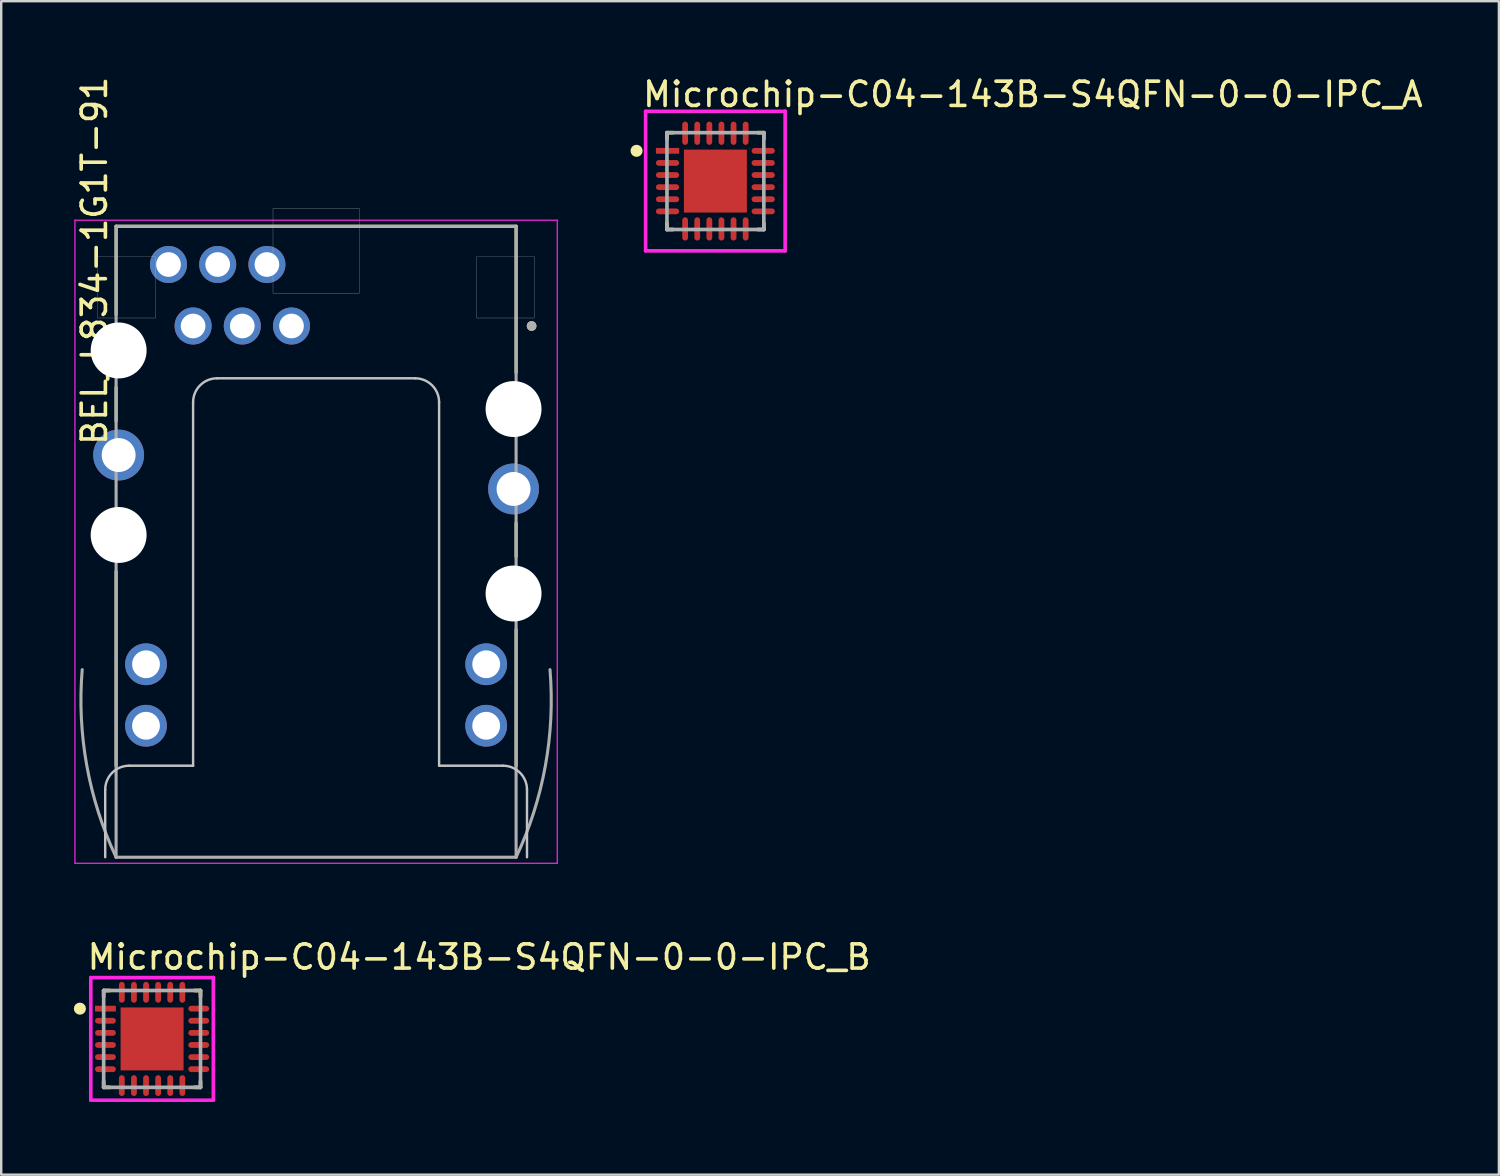
<source format=kicad_pcb>
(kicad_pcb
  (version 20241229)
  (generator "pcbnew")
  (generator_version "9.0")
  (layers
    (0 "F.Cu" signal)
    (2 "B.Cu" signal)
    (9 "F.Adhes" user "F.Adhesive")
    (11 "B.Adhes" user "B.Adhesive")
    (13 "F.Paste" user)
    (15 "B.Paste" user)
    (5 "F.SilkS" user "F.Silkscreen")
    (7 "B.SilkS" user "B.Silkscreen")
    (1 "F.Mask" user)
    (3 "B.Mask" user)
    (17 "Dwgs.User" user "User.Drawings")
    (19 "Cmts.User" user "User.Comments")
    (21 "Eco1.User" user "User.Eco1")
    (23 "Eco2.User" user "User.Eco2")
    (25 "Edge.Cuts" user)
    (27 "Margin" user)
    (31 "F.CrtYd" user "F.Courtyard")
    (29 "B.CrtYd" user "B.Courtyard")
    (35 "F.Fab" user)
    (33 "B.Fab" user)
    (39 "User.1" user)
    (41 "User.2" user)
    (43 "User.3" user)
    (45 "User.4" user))
  (footprint "BEL_L834-1G1T-91"
    (layer "F.Cu")
    (at 10.005 17.144)
    (property "Reference" "BEL_L834-1G1T-91" (at -9.157 -9.423 90) (layer "F.SilkS") (effects (font (size 1 1) (thickness 0.15))))
    (attr through_hole)
    (fp_line (start -8.26 -10.85) (end -8.26 -7.2) (stroke (width 0.127) (type solid)) (layer "F.SilkS"))
    (fp_line (start -8.26 -4.2) (end -8.26 -2.8) (stroke (width 0.127) (type solid)) (layer "F.SilkS"))
    (fp_line (start -8.26 3.4) (end -8.26 11.43) (stroke (width 0.127) (type solid)) (layer "F.SilkS"))
    (fp_line (start 8.26 -10.85) (end -8.26 -10.85) (stroke (width 0.127) (type solid)) (layer "F.SilkS"))
    (fp_line (start 8.26 -10.85) (end 8.26 -4.8) (stroke (width 0.127) (type solid)) (layer "F.SilkS"))
    (fp_line (start 8.26 1.4) (end 8.26 2.8) (stroke (width 0.127) (type solid)) (layer "F.SilkS"))
    (fp_line (start 8.26 5.8) (end 8.26 11.43) (stroke (width 0.127) (type solid)) (layer "F.SilkS"))
    (fp_circle (center 8.9 -6.73) (end 9 -6.73) (stroke (width 0.2) (type solid)) (fill no) (layer "F.SilkS"))
    (fp_line (start -8.71 15.21) (end -8.71 12.42) (stroke (width 0.1) (type solid)) (layer "Dwgs.User"))
    (fp_line (start -7.72 11.43) (end -5.08 11.43) (stroke (width 0.1) (type solid)) (layer "Dwgs.User"))
    (fp_line (start -5.08 11.43) (end -5.08 -3.58) (stroke (width 0.1) (type solid)) (layer "Dwgs.User"))
    (fp_line (start -4.09 -4.57) (end 4.09 -4.57) (stroke (width 0.1) (type solid)) (layer "Dwgs.User"))
    (fp_line (start 5.08 -3.58) (end 5.08 11.43) (stroke (width 0.1) (type solid)) (layer "Dwgs.User"))
    (fp_line (start 5.08 11.43) (end 7.72 11.43) (stroke (width 0.1) (type solid)) (layer "Dwgs.User"))
    (fp_line (start 8.71 12.42) (end 8.71 15.21) (stroke (width 0.1) (type solid)) (layer "Dwgs.User"))
    (fp_arc (start -8.71 12.42) (mid -8.420036 11.719964) (end -7.72 11.43) (stroke (width 0.1) (type solid)) (layer "Dwgs.User"))
    (fp_arc (start -5.08 -3.58) (mid -4.790036 -4.280036) (end -4.09 -4.57) (stroke (width 0.1) (type solid)) (layer "Dwgs.User"))
    (fp_arc (start 4.09 -4.57) (mid 4.790036 -4.280036) (end 5.08 -3.58) (stroke (width 0.1) (type solid)) (layer "Dwgs.User"))
    (fp_arc (start 7.72 11.43) (mid 8.420036 11.719964) (end 8.71 12.42) (stroke (width 0.1) (type solid)) (layer "Dwgs.User"))
    (fp_poly (pts (xy -9.015 -9.6) (xy -6.63 -9.6) (xy -6.63 -7.06) (xy -9.015 -7.06)) (stroke (width 0.01) (type solid)) (fill no) (layer "Dwgs.User"))
    (fp_poly (pts (xy -1.78 -11.59) (xy 1.78 -11.59) (xy 1.78 -8.08) (xy -1.78 -8.08)) (stroke (width 0.01) (type solid)) (fill no) (layer "Dwgs.User"))
    (fp_poly (pts (xy 6.63 -9.6) (xy 9.015 -9.6) (xy 9.015 -7.06) (xy 6.63 -7.06)) (stroke (width 0.01) (type solid)) (fill no) (layer "Dwgs.User"))
    (fp_line (start -9.96 -11.1) (end 9.96 -11.1) (stroke (width 0.05) (type solid)) (layer "F.CrtYd"))
    (fp_line (start -9.96 15.46) (end -9.96 -11.1) (stroke (width 0.05) (type solid)) (layer "F.CrtYd"))
    (fp_line (start 9.96 -11.1) (end 9.96 15.46) (stroke (width 0.05) (type solid)) (layer "F.CrtYd"))
    (fp_line (start 9.96 15.46) (end -9.96 15.46) (stroke (width 0.05) (type solid)) (layer "F.CrtYd"))
    (fp_line (start -8.26 -10.85) (end -8.26 15.21) (stroke (width 0.127) (type solid)) (layer "F.Fab"))
    (fp_line (start -8.26 15.21) (end 8.26 15.21) (stroke (width 0.127) (type solid)) (layer "F.Fab"))
    (fp_line (start 8.26 -10.85) (end -8.26 -10.85) (stroke (width 0.127) (type solid)) (layer "F.Fab"))
    (fp_line (start 8.26 15.21) (end 8.26 -10.85) (stroke (width 0.127) (type solid)) (layer "F.Fab"))
    (fp_arc (start -8.26 15.21) (mid -9.469956 11.428657) (end -9.66 7.463) (stroke (width 0.127) (type solid)) (layer "F.Fab"))
    (fp_arc (start 9.66 7.463) (mid 9.469956 11.428657) (end 8.26 15.21) (stroke (width 0.127) (type solid)) (layer "F.Fab"))
    (fp_circle (center 8.9 -6.73) (end 9 -6.73) (stroke (width 0.2) (type solid)) (fill no) (layer "F.Fab"))
    (pad "" np_thru_hole circle (at -8.155 -5.72) (size 2.31 2.31) (drill 2.31) (layers "*.Cu" "*.Mask"))
    (pad "" np_thru_hole circle (at -8.155 1.9) (size 2.31 2.31) (drill 2.31) (layers "*.Cu" "*.Mask"))
    (pad "" np_thru_hole circle (at 8.155 -3.3) (size 2.31 2.31) (drill 2.31) (layers "*.Cu" "*.Mask"))
    (pad "" np_thru_hole circle (at 8.155 4.318) (size 2.31 2.31) (drill 2.31) (layers "*.Cu" "*.Mask"))
    (pad "4" thru_hole circle (at -1.016 -6.73) (size 1.53 1.53) (drill 1.02) (layers "*.Cu" "*.Mask"))
    (pad "5" thru_hole circle (at -3.048 -6.73) (size 1.53 1.53) (drill 1.02) (layers "*.Cu" "*.Mask"))
    (pad "6" thru_hole circle (at -5.08 -6.73) (size 1.53 1.53) (drill 1.02) (layers "*.Cu" "*.Mask"))
    (pad "10" thru_hole circle (at -2.032 -9.27) (size 1.53 1.53) (drill 1.02) (layers "*.Cu" "*.Mask"))
    (pad "11" thru_hole circle (at -4.064 -9.27) (size 1.53 1.53) (drill 1.02) (layers "*.Cu" "*.Mask"))
    (pad "12" thru_hole circle (at -6.096 -9.27) (size 1.53 1.53) (drill 1.02) (layers "*.Cu" "*.Mask"))
    (pad "13" thru_hole circle (at 7.025 7.24) (size 1.725 1.725) (drill 1.15) (layers "*.Cu" "*.Mask"))
    (pad "14" thru_hole circle (at 7.025 9.78) (size 1.725 1.725) (drill 1.15) (layers "*.Cu" "*.Mask"))
    (pad "15" thru_hole circle (at -7.025 7.24) (size 1.725 1.725) (drill 1.15) (layers "*.Cu" "*.Mask"))
    (pad "16" thru_hole circle (at -7.025 9.78) (size 1.725 1.725) (drill 1.15) (layers "*.Cu" "*.Mask"))
    (pad "S1" thru_hole circle (at -8.155 -1.4) (size 2.1 2.1) (drill 1.4) (layers "*.Cu" "*.Mask"))
    (pad "S2" thru_hole circle (at 8.155 0) (size 2.1 2.1) (drill 1.4) (layers "*.Cu" "*.Mask")))
  (footprint "Microchip-C04-143B-S4QFN-0-0-IPC_B"
    (layer "F.Cu")
    (at 3.231 39.858)
    (property "Reference" "Microchip-C04-143B-S4QFN-0-0-IPC_B" (at -2.756 -3.381 0) (layer "F.SilkS") (effects (font (size 1 1) (thickness 0.15)) (justify left)))
    (attr through_hole)
    (fp_line (start -2 -2) (end -2 -1.75) (stroke (width 0.15) (type solid)) (layer "F.SilkS"))
    (fp_line (start -2 2) (end -2 1.75) (stroke (width 0.15) (type solid)) (layer "F.SilkS"))
    (fp_line (start -1.75 -2) (end -2 -2) (stroke (width 0.15) (type solid)) (layer "F.SilkS"))
    (fp_line (start -1.75 2) (end -2 2) (stroke (width 0.15) (type solid)) (layer "F.SilkS"))
    (fp_line (start 1.75 -2) (end 2 -2) (stroke (width 0.15) (type solid)) (layer "F.SilkS"))
    (fp_line (start 1.75 2) (end 2 2) (stroke (width 0.15) (type solid)) (layer "F.SilkS"))
    (fp_line (start 2 -2) (end 2 -1.75) (stroke (width 0.15) (type solid)) (layer "F.SilkS"))
    (fp_line (start 2 2) (end 2 1.75) (stroke (width 0.15) (type solid)) (layer "F.SilkS"))
    (fp_circle (center -2.981 -1.25) (end -2.856 -1.25) (stroke (width 0.25) (type solid)) (fill no) (layer "F.SilkS"))
    (fp_poly (pts (xy -0.822 -0.822) (xy 0.822 -0.822) (xy 0.822 0.822) (xy -0.822 0.822)) (stroke (width 0) (type solid)) (fill yes) (layer "F.Paste"))
    (fp_line (start -2.531 -2.531) (end -2.531 2.531) (stroke (width 0.15) (type solid)) (layer "F.CrtYd"))
    (fp_line (start -2.531 2.531) (end 2.531 2.531) (stroke (width 0.15) (type solid)) (layer "F.CrtYd"))
    (fp_line (start 2.531 -2.531) (end -2.531 -2.531) (stroke (width 0.15) (type solid)) (layer "F.CrtYd"))
    (fp_line (start 2.531 -2.531) (end 2.531 -2.531) (stroke (width 0.15) (type solid)) (layer "F.CrtYd"))
    (fp_line (start 2.531 2.531) (end 2.531 -2.531) (stroke (width 0.15) (type solid)) (layer "F.CrtYd"))
    (fp_line (start -2 -2) (end 2 -2) (stroke (width 0.15) (type solid)) (layer "F.Fab"))
    (fp_line (start -2 2) (end -2 -2) (stroke (width 0.15) (type solid)) (layer "F.Fab"))
    (fp_line (start 2 -2) (end 2 2) (stroke (width 0.15) (type solid)) (layer "F.Fab"))
    (fp_line (start 2 2) (end -2 2) (stroke (width 0.15) (type solid)) (layer "F.Fab"))
    (pad "1" smd rect (at -1.926 -1.25) (size 0.861 0.239) (layers "F.Cu" "F.Mask" "F.Paste"))
    (pad "2" smd roundrect (at -1.926 -0.75) (size 0.861 0.239) (layers "F.Cu" "F.Mask" "F.Paste") (roundrect_rratio 0.5))
    (pad "3" smd roundrect (at -1.926 -0.25) (size 0.861 0.239) (layers "F.Cu" "F.Mask" "F.Paste") (roundrect_rratio 0.5))
    (pad "4" smd roundrect (at -1.926 0.25) (size 0.861 0.239) (layers "F.Cu" "F.Mask" "F.Paste") (roundrect_rratio 0.5))
    (pad "5" smd roundrect (at -1.926 0.75) (size 0.861 0.239) (layers "F.Cu" "F.Mask" "F.Paste") (roundrect_rratio 0.5))
    (pad "6" smd roundrect (at -1.926 1.25) (size 0.861 0.239) (layers "F.Cu" "F.Mask" "F.Paste") (roundrect_rratio 0.5))
    (pad "7" smd roundrect (at -1.25 1.926) (size 0.239 0.861) (layers "F.Cu" "F.Mask" "F.Paste") (roundrect_rratio 0.5))
    (pad "8" smd roundrect (at -0.75 1.926) (size 0.239 0.861) (layers "F.Cu" "F.Mask" "F.Paste") (roundrect_rratio 0.5))
    (pad "9" smd roundrect (at -0.25 1.926) (size 0.239 0.861) (layers "F.Cu" "F.Mask" "F.Paste") (roundrect_rratio 0.5))
    (pad "10" smd roundrect (at 0.25 1.926) (size 0.239 0.861) (layers "F.Cu" "F.Mask" "F.Paste") (roundrect_rratio 0.5))
    (pad "11" smd roundrect (at 0.75 1.926) (size 0.239 0.861) (layers "F.Cu" "F.Mask" "F.Paste") (roundrect_rratio 0.5))
    (pad "12" smd roundrect (at 1.25 1.926) (size 0.239 0.861) (layers "F.Cu" "F.Mask" "F.Paste") (roundrect_rratio 0.5))
    (pad "13" smd roundrect (at 1.926 1.25) (size 0.861 0.239) (layers "F.Cu" "F.Mask" "F.Paste") (roundrect_rratio 0.5))
    (pad "14" smd roundrect (at 1.926 0.75) (size 0.861 0.239) (layers "F.Cu" "F.Mask" "F.Paste") (roundrect_rratio 0.5))
    (pad "15" smd roundrect (at 1.926 0.25) (size 0.861 0.239) (layers "F.Cu" "F.Mask" "F.Paste") (roundrect_rratio 0.5))
    (pad "16" smd roundrect (at 1.926 -0.25) (size 0.861 0.239) (layers "F.Cu" "F.Mask" "F.Paste") (roundrect_rratio 0.5))
    (pad "17" smd roundrect (at 1.926 -0.75) (size 0.861 0.239) (layers "F.Cu" "F.Mask" "F.Paste") (roundrect_rratio 0.5))
    (pad "18" smd roundrect (at 1.926 -1.25) (size 0.861 0.239) (layers "F.Cu" "F.Mask" "F.Paste") (roundrect_rratio 0.5))
    (pad "19" smd roundrect (at 1.25 -1.926) (size 0.239 0.861) (layers "F.Cu" "F.Mask" "F.Paste") (roundrect_rratio 0.5))
    (pad "20" smd roundrect (at 0.75 -1.926) (size 0.239 0.861) (layers "F.Cu" "F.Mask" "F.Paste") (roundrect_rratio 0.5))
    (pad "21" smd roundrect (at 0.25 -1.926) (size 0.239 0.861) (layers "F.Cu" "F.Mask" "F.Paste") (roundrect_rratio 0.5))
    (pad "22" smd roundrect (at -0.25 -1.926) (size 0.239 0.861) (layers "F.Cu" "F.Mask" "F.Paste") (roundrect_rratio 0.5))
    (pad "23" smd roundrect (at -0.75 -1.926) (size 0.239 0.861) (layers "F.Cu" "F.Mask" "F.Paste") (roundrect_rratio 0.5))
    (pad "24" smd roundrect (at -1.25 -1.926) (size 0.239 0.861) (layers "F.Cu" "F.Mask" "F.Paste") (roundrect_rratio 0.5))
    (pad "25" smd rect (at 0 0) (size 2.6 2.6) (layers "F.Cu" "F.Mask")))
  (footprint "Microchip-C04-143B-S4QFN-0-0-IPC_A"
    (layer "F.Cu")
    (at 26.496 4.429)
    (property "Reference" "Microchip-C04-143B-S4QFN-0-0-IPC_A" (at -3.081 -3.581 0) (layer "F.SilkS") (effects (font (size 1 1) (thickness 0.15)) (justify left)))
    (attr through_hole)
    (fp_line (start -2 -2) (end -2 -1.75) (stroke (width 0.15) (type solid)) (layer "F.SilkS"))
    (fp_line (start -2 2) (end -2 1.75) (stroke (width 0.15) (type solid)) (layer "F.SilkS"))
    (fp_line (start -1.75 -2) (end -2 -2) (stroke (width 0.15) (type solid)) (layer "F.SilkS"))
    (fp_line (start -1.75 2) (end -2 2) (stroke (width 0.15) (type solid)) (layer "F.SilkS"))
    (fp_line (start 1.75 -2) (end 2 -2) (stroke (width 0.15) (type solid)) (layer "F.SilkS"))
    (fp_line (start 1.75 2) (end 2 2) (stroke (width 0.15) (type solid)) (layer "F.SilkS"))
    (fp_line (start 2 -2) (end 2 -1.75) (stroke (width 0.15) (type solid)) (layer "F.SilkS"))
    (fp_line (start 2 2) (end 2 1.75) (stroke (width 0.15) (type solid)) (layer "F.SilkS"))
    (fp_circle (center -3.256 -1.25) (end -3.131 -1.25) (stroke (width 0.25) (type solid)) (fill no) (layer "F.SilkS"))
    (fp_poly (pts (xy -0.822 -0.822) (xy 0.822 -0.822) (xy 0.822 0.822) (xy -0.822 0.822)) (stroke (width 0) (type solid)) (fill yes) (layer "F.Paste"))
    (fp_line (start -2.881 -2.881) (end -2.881 2.881) (stroke (width 0.15) (type solid)) (layer "F.CrtYd"))
    (fp_line (start -2.881 2.881) (end 2.881 2.881) (stroke (width 0.15) (type solid)) (layer "F.CrtYd"))
    (fp_line (start 2.881 -2.881) (end -2.881 -2.881) (stroke (width 0.15) (type solid)) (layer "F.CrtYd"))
    (fp_line (start 2.881 -2.881) (end 2.881 -2.881) (stroke (width 0.15) (type solid)) (layer "F.CrtYd"))
    (fp_line (start 2.881 2.881) (end 2.881 -2.881) (stroke (width 0.15) (type solid)) (layer "F.CrtYd"))
    (fp_line (start -2 -2) (end 2 -2) (stroke (width 0.15) (type solid)) (layer "F.Fab"))
    (fp_line (start -2 2) (end -2 -2) (stroke (width 0.15) (type solid)) (layer "F.Fab"))
    (fp_line (start 2 -2) (end 2 2) (stroke (width 0.15) (type solid)) (layer "F.Fab"))
    (fp_line (start 2 2) (end -2 2) (stroke (width 0.15) (type solid)) (layer "F.Fab"))
    (pad "1" smd rect (at -1.976 -1.25) (size 0.961 0.239) (layers "F.Cu" "F.Mask" "F.Paste"))
    (pad "2" smd roundrect (at -1.976 -0.75) (size 0.961 0.239) (layers "F.Cu" "F.Mask" "F.Paste") (roundrect_rratio 0.5))
    (pad "3" smd roundrect (at -1.976 -0.25) (size 0.961 0.239) (layers "F.Cu" "F.Mask" "F.Paste") (roundrect_rratio 0.5))
    (pad "4" smd roundrect (at -1.976 0.25) (size 0.961 0.239) (layers "F.Cu" "F.Mask" "F.Paste") (roundrect_rratio 0.5))
    (pad "5" smd roundrect (at -1.976 0.75) (size 0.961 0.239) (layers "F.Cu" "F.Mask" "F.Paste") (roundrect_rratio 0.5))
    (pad "6" smd roundrect (at -1.976 1.25) (size 0.961 0.239) (layers "F.Cu" "F.Mask" "F.Paste") (roundrect_rratio 0.5))
    (pad "7" smd roundrect (at -1.25 1.976) (size 0.239 0.961) (layers "F.Cu" "F.Mask" "F.Paste") (roundrect_rratio 0.5))
    (pad "8" smd roundrect (at -0.75 1.976) (size 0.239 0.961) (layers "F.Cu" "F.Mask" "F.Paste") (roundrect_rratio 0.5))
    (pad "9" smd roundrect (at -0.25 1.976) (size 0.239 0.961) (layers "F.Cu" "F.Mask" "F.Paste") (roundrect_rratio 0.5))
    (pad "10" smd roundrect (at 0.25 1.976) (size 0.239 0.961) (layers "F.Cu" "F.Mask" "F.Paste") (roundrect_rratio 0.5))
    (pad "11" smd roundrect (at 0.75 1.976) (size 0.239 0.961) (layers "F.Cu" "F.Mask" "F.Paste") (roundrect_rratio 0.5))
    (pad "12" smd roundrect (at 1.25 1.976) (size 0.239 0.961) (layers "F.Cu" "F.Mask" "F.Paste") (roundrect_rratio 0.5))
    (pad "13" smd roundrect (at 1.976 1.25) (size 0.961 0.239) (layers "F.Cu" "F.Mask" "F.Paste") (roundrect_rratio 0.5))
    (pad "14" smd roundrect (at 1.976 0.75) (size 0.961 0.239) (layers "F.Cu" "F.Mask" "F.Paste") (roundrect_rratio 0.5))
    (pad "15" smd roundrect (at 1.976 0.25) (size 0.961 0.239) (layers "F.Cu" "F.Mask" "F.Paste") (roundrect_rratio 0.5))
    (pad "16" smd roundrect (at 1.976 -0.25) (size 0.961 0.239) (layers "F.Cu" "F.Mask" "F.Paste") (roundrect_rratio 0.5))
    (pad "17" smd roundrect (at 1.976 -0.75) (size 0.961 0.239) (layers "F.Cu" "F.Mask" "F.Paste") (roundrect_rratio 0.5))
    (pad "18" smd roundrect (at 1.976 -1.25) (size 0.961 0.239) (layers "F.Cu" "F.Mask" "F.Paste") (roundrect_rratio 0.5))
    (pad "19" smd roundrect (at 1.25 -1.976) (size 0.239 0.961) (layers "F.Cu" "F.Mask" "F.Paste") (roundrect_rratio 0.5))
    (pad "20" smd roundrect (at 0.75 -1.976) (size 0.239 0.961) (layers "F.Cu" "F.Mask" "F.Paste") (roundrect_rratio 0.5))
    (pad "21" smd roundrect (at 0.25 -1.976) (size 0.239 0.961) (layers "F.Cu" "F.Mask" "F.Paste") (roundrect_rratio 0.5))
    (pad "22" smd roundrect (at -0.25 -1.976) (size 0.239 0.961) (layers "F.Cu" "F.Mask" "F.Paste") (roundrect_rratio 0.5))
    (pad "23" smd roundrect (at -0.75 -1.976) (size 0.239 0.961) (layers "F.Cu" "F.Mask" "F.Paste") (roundrect_rratio 0.5))
    (pad "24" smd roundrect (at -1.25 -1.976) (size 0.239 0.961) (layers "F.Cu" "F.Mask" "F.Paste") (roundrect_rratio 0.5))
    (pad "25" smd rect (at 0 0) (size 2.6 2.6) (layers "F.Cu" "F.Mask")))
  (gr_rect
    (start -3 -3)
    (end 58.855 45.464)
    (stroke (width 0.1) (type default))
    (fill no)
    (layer "Edge.Cuts")))
</source>
